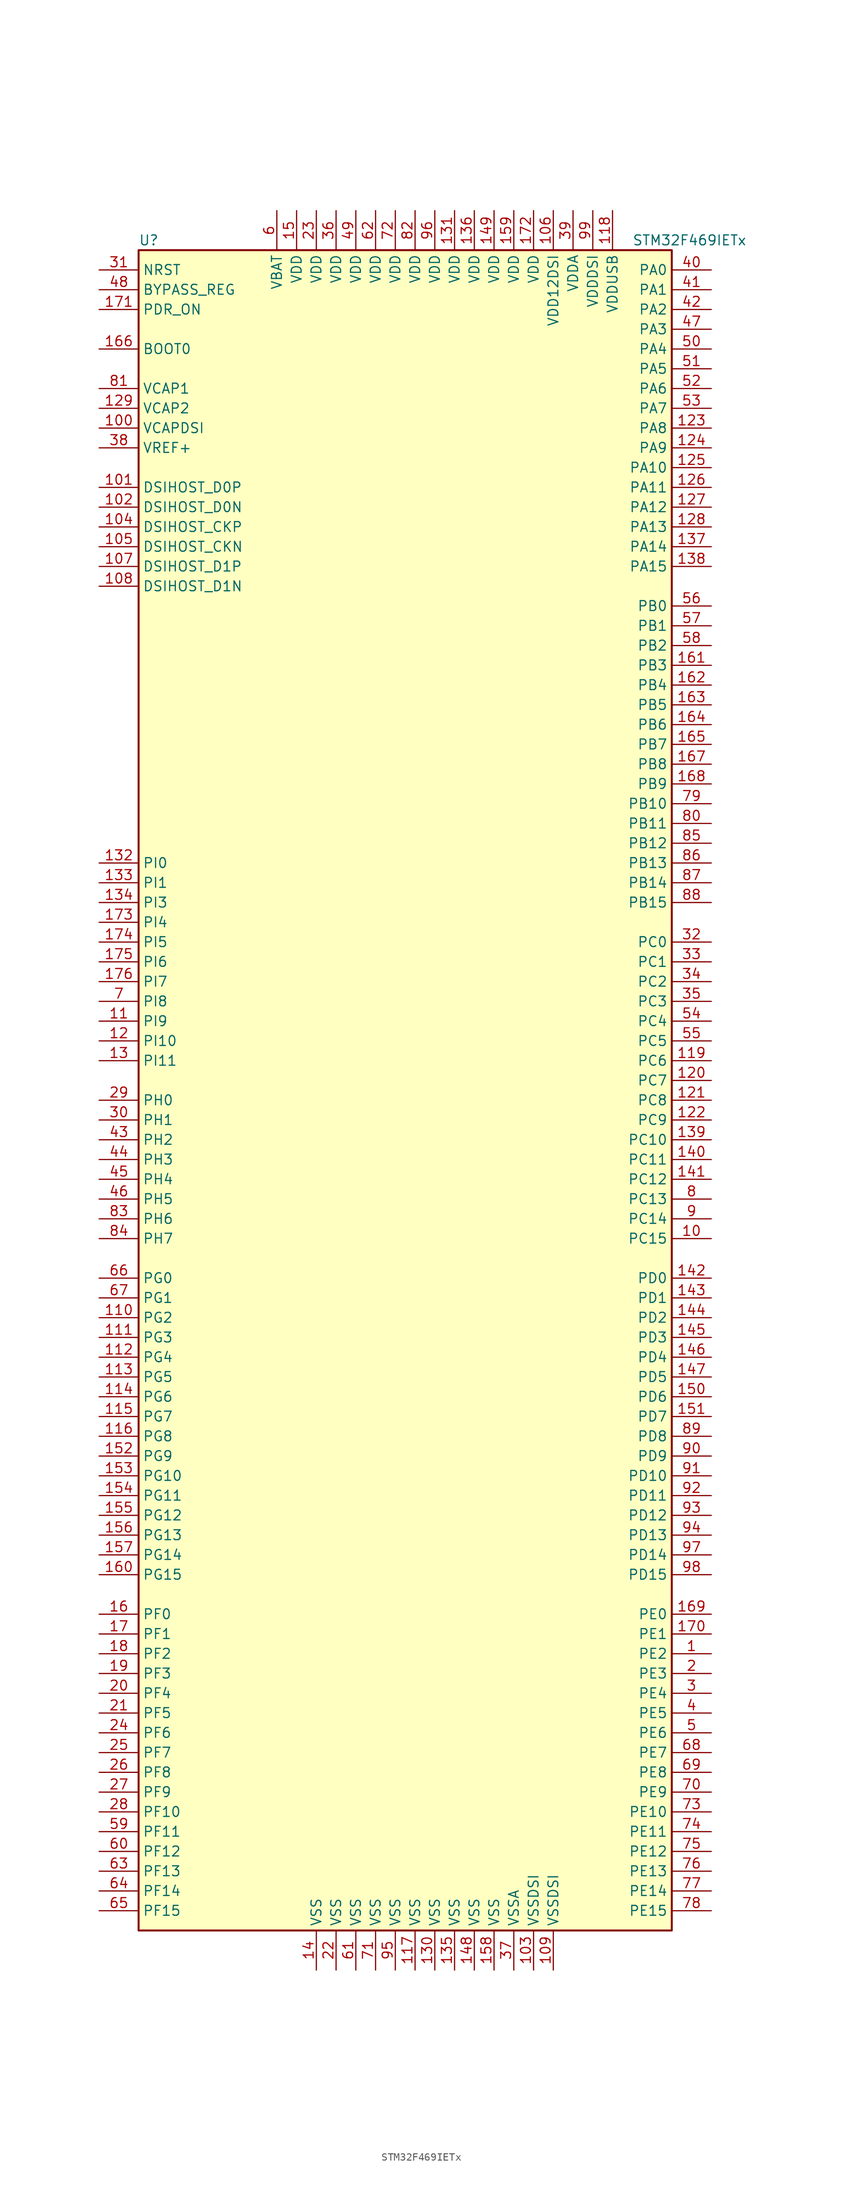
<source format=kicad_sym>
(kicad_symbol_lib
  (version 20201005)
  (generator kicad_symbol_editor)
  (symbol "STM32F469IETx"
    (property "Reference" "U"
      (at -35.56 107.95 0)
      (effects (font (size 1.27 1.27)) (justify left)))
    (property "Value" "STM32F469IETx"
      (at 27.94 107.95 0)
      (effects (font (size 1.27 1.27)) (justify left)))
    (symbol "STM32F469IETx_0_1"
      (rectangle (start -35.56 -109.22) (end 33.02 106.68) (stroke (width 0.254)) (fill (type background))))
    (symbol "STM32F469IETx_1_1"
      (pin input line (at -40.64 93.98 0) (length 5.08) (name "BOOT0" (effects (font (size 1.27 1.27)))) (number "166" (effects (font (size 1.27 1.27)))))
      (pin input line (at -40.64 101.6 0) (length 5.08) (name "BYPASS_REG" (effects (font (size 1.27 1.27)))) (number "48" (effects (font (size 1.27 1.27)))))
      (pin bidirectional line (at -40.64 68.58 0) (length 5.08) (name "DSIHOST_CKN" (effects (font (size 1.27 1.27)))) (number "105" (effects (font (size 1.27 1.27)))))
      (pin bidirectional line (at -40.64 71.12 0) (length 5.08) (name "DSIHOST_CKP" (effects (font (size 1.27 1.27)))) (number "104" (effects (font (size 1.27 1.27)))))
      (pin bidirectional line (at -40.64 73.66 0) (length 5.08) (name "DSIHOST_D0N" (effects (font (size 1.27 1.27)))) (number "102" (effects (font (size 1.27 1.27)))))
      (pin bidirectional line (at -40.64 76.2 0) (length 5.08) (name "DSIHOST_D0P" (effects (font (size 1.27 1.27)))) (number "101" (effects (font (size 1.27 1.27)))))
      (pin bidirectional line (at -40.64 63.5 0) (length 5.08) (name "DSIHOST_D1N" (effects (font (size 1.27 1.27)))) (number "108" (effects (font (size 1.27 1.27)))))
      (pin bidirectional line (at -40.64 66.04 0) (length 5.08) (name "DSIHOST_D1P" (effects (font (size 1.27 1.27)))) (number "107" (effects (font (size 1.27 1.27)))))
      (pin input line (at -40.64 104.14 0) (length 5.08) (name "NRST" (effects (font (size 1.27 1.27)))) (number "31" (effects (font (size 1.27 1.27)))))
      (pin bidirectional line (at 38.1 104.14 180) (length 5.08) (name "PA0" (effects (font (size 1.27 1.27)))) (number "40" (effects (font (size 1.27 1.27)))))
      (pin bidirectional line (at 38.1 101.6 180) (length 5.08) (name "PA1" (effects (font (size 1.27 1.27)))) (number "41" (effects (font (size 1.27 1.27)))))
      (pin bidirectional line (at 38.1 78.74 180) (length 5.08) (name "PA10" (effects (font (size 1.27 1.27)))) (number "125" (effects (font (size 1.27 1.27)))))
      (pin bidirectional line (at 38.1 76.2 180) (length 5.08) (name "PA11" (effects (font (size 1.27 1.27)))) (number "126" (effects (font (size 1.27 1.27)))))
      (pin bidirectional line (at 38.1 73.66 180) (length 5.08) (name "PA12" (effects (font (size 1.27 1.27)))) (number "127" (effects (font (size 1.27 1.27)))))
      (pin bidirectional line (at 38.1 71.12 180) (length 5.08) (name "PA13" (effects (font (size 1.27 1.27)))) (number "128" (effects (font (size 1.27 1.27)))))
      (pin bidirectional line (at 38.1 68.58 180) (length 5.08) (name "PA14" (effects (font (size 1.27 1.27)))) (number "137" (effects (font (size 1.27 1.27)))))
      (pin bidirectional line (at 38.1 66.04 180) (length 5.08) (name "PA15" (effects (font (size 1.27 1.27)))) (number "138" (effects (font (size 1.27 1.27)))))
      (pin bidirectional line (at 38.1 99.06 180) (length 5.08) (name "PA2" (effects (font (size 1.27 1.27)))) (number "42" (effects (font (size 1.27 1.27)))))
      (pin bidirectional line (at 38.1 96.52 180) (length 5.08) (name "PA3" (effects (font (size 1.27 1.27)))) (number "47" (effects (font (size 1.27 1.27)))))
      (pin bidirectional line (at 38.1 93.98 180) (length 5.08) (name "PA4" (effects (font (size 1.27 1.27)))) (number "50" (effects (font (size 1.27 1.27)))))
      (pin bidirectional line (at 38.1 91.44 180) (length 5.08) (name "PA5" (effects (font (size 1.27 1.27)))) (number "51" (effects (font (size 1.27 1.27)))))
      (pin bidirectional line (at 38.1 88.9 180) (length 5.08) (name "PA6" (effects (font (size 1.27 1.27)))) (number "52" (effects (font (size 1.27 1.27)))))
      (pin bidirectional line (at 38.1 86.36 180) (length 5.08) (name "PA7" (effects (font (size 1.27 1.27)))) (number "53" (effects (font (size 1.27 1.27)))))
      (pin bidirectional line (at 38.1 83.82 180) (length 5.08) (name "PA8" (effects (font (size 1.27 1.27)))) (number "123" (effects (font (size 1.27 1.27)))))
      (pin bidirectional line (at 38.1 81.28 180) (length 5.08) (name "PA9" (effects (font (size 1.27 1.27)))) (number "124" (effects (font (size 1.27 1.27)))))
      (pin bidirectional line (at 38.1 60.96 180) (length 5.08) (name "PB0" (effects (font (size 1.27 1.27)))) (number "56" (effects (font (size 1.27 1.27)))))
      (pin bidirectional line (at 38.1 58.42 180) (length 5.08) (name "PB1" (effects (font (size 1.27 1.27)))) (number "57" (effects (font (size 1.27 1.27)))))
      (pin bidirectional line (at 38.1 35.56 180) (length 5.08) (name "PB10" (effects (font (size 1.27 1.27)))) (number "79" (effects (font (size 1.27 1.27)))))
      (pin bidirectional line (at 38.1 33.02 180) (length 5.08) (name "PB11" (effects (font (size 1.27 1.27)))) (number "80" (effects (font (size 1.27 1.27)))))
      (pin bidirectional line (at 38.1 30.48 180) (length 5.08) (name "PB12" (effects (font (size 1.27 1.27)))) (number "85" (effects (font (size 1.27 1.27)))))
      (pin bidirectional line (at 38.1 27.94 180) (length 5.08) (name "PB13" (effects (font (size 1.27 1.27)))) (number "86" (effects (font (size 1.27 1.27)))))
      (pin bidirectional line (at 38.1 25.4 180) (length 5.08) (name "PB14" (effects (font (size 1.27 1.27)))) (number "87" (effects (font (size 1.27 1.27)))))
      (pin bidirectional line (at 38.1 22.86 180) (length 5.08) (name "PB15" (effects (font (size 1.27 1.27)))) (number "88" (effects (font (size 1.27 1.27)))))
      (pin bidirectional line (at 38.1 55.88 180) (length 5.08) (name "PB2" (effects (font (size 1.27 1.27)))) (number "58" (effects (font (size 1.27 1.27)))))
      (pin bidirectional line (at 38.1 53.34 180) (length 5.08) (name "PB3" (effects (font (size 1.27 1.27)))) (number "161" (effects (font (size 1.27 1.27)))))
      (pin bidirectional line (at 38.1 50.8 180) (length 5.08) (name "PB4" (effects (font (size 1.27 1.27)))) (number "162" (effects (font (size 1.27 1.27)))))
      (pin bidirectional line (at 38.1 48.26 180) (length 5.08) (name "PB5" (effects (font (size 1.27 1.27)))) (number "163" (effects (font (size 1.27 1.27)))))
      (pin bidirectional line (at 38.1 45.72 180) (length 5.08) (name "PB6" (effects (font (size 1.27 1.27)))) (number "164" (effects (font (size 1.27 1.27)))))
      (pin bidirectional line (at 38.1 43.18 180) (length 5.08) (name "PB7" (effects (font (size 1.27 1.27)))) (number "165" (effects (font (size 1.27 1.27)))))
      (pin bidirectional line (at 38.1 40.64 180) (length 5.08) (name "PB8" (effects (font (size 1.27 1.27)))) (number "167" (effects (font (size 1.27 1.27)))))
      (pin bidirectional line (at 38.1 38.1 180) (length 5.08) (name "PB9" (effects (font (size 1.27 1.27)))) (number "168" (effects (font (size 1.27 1.27)))))
      (pin bidirectional line (at 38.1 17.78 180) (length 5.08) (name "PC0" (effects (font (size 1.27 1.27)))) (number "32" (effects (font (size 1.27 1.27)))))
      (pin bidirectional line (at 38.1 15.24 180) (length 5.08) (name "PC1" (effects (font (size 1.27 1.27)))) (number "33" (effects (font (size 1.27 1.27)))))
      (pin bidirectional line (at 38.1 -7.62 180) (length 5.08) (name "PC10" (effects (font (size 1.27 1.27)))) (number "139" (effects (font (size 1.27 1.27)))))
      (pin bidirectional line (at 38.1 -10.16 180) (length 5.08) (name "PC11" (effects (font (size 1.27 1.27)))) (number "140" (effects (font (size 1.27 1.27)))))
      (pin bidirectional line (at 38.1 -12.7 180) (length 5.08) (name "PC12" (effects (font (size 1.27 1.27)))) (number "141" (effects (font (size 1.27 1.27)))))
      (pin bidirectional line (at 38.1 -15.24 180) (length 5.08) (name "PC13" (effects (font (size 1.27 1.27)))) (number "8" (effects (font (size 1.27 1.27)))))
      (pin bidirectional line (at 38.1 -17.78 180) (length 5.08) (name "PC14" (effects (font (size 1.27 1.27)))) (number "9" (effects (font (size 1.27 1.27)))))
      (pin bidirectional line (at 38.1 -20.32 180) (length 5.08) (name "PC15" (effects (font (size 1.27 1.27)))) (number "10" (effects (font (size 1.27 1.27)))))
      (pin bidirectional line (at 38.1 12.7 180) (length 5.08) (name "PC2" (effects (font (size 1.27 1.27)))) (number "34" (effects (font (size 1.27 1.27)))))
      (pin bidirectional line (at 38.1 10.16 180) (length 5.08) (name "PC3" (effects (font (size 1.27 1.27)))) (number "35" (effects (font (size 1.27 1.27)))))
      (pin bidirectional line (at 38.1 7.62 180) (length 5.08) (name "PC4" (effects (font (size 1.27 1.27)))) (number "54" (effects (font (size 1.27 1.27)))))
      (pin bidirectional line (at 38.1 5.08 180) (length 5.08) (name "PC5" (effects (font (size 1.27 1.27)))) (number "55" (effects (font (size 1.27 1.27)))))
      (pin bidirectional line (at 38.1 2.54 180) (length 5.08) (name "PC6" (effects (font (size 1.27 1.27)))) (number "119" (effects (font (size 1.27 1.27)))))
      (pin bidirectional line (at 38.1 0 180) (length 5.08) (name "PC7" (effects (font (size 1.27 1.27)))) (number "120" (effects (font (size 1.27 1.27)))))
      (pin bidirectional line (at 38.1 -2.54 180) (length 5.08) (name "PC8" (effects (font (size 1.27 1.27)))) (number "121" (effects (font (size 1.27 1.27)))))
      (pin bidirectional line (at 38.1 -5.08 180) (length 5.08) (name "PC9" (effects (font (size 1.27 1.27)))) (number "122" (effects (font (size 1.27 1.27)))))
      (pin bidirectional line (at 38.1 -25.4 180) (length 5.08) (name "PD0" (effects (font (size 1.27 1.27)))) (number "142" (effects (font (size 1.27 1.27)))))
      (pin bidirectional line (at 38.1 -27.94 180) (length 5.08) (name "PD1" (effects (font (size 1.27 1.27)))) (number "143" (effects (font (size 1.27 1.27)))))
      (pin bidirectional line (at 38.1 -50.8 180) (length 5.08) (name "PD10" (effects (font (size 1.27 1.27)))) (number "91" (effects (font (size 1.27 1.27)))))
      (pin bidirectional line (at 38.1 -53.34 180) (length 5.08) (name "PD11" (effects (font (size 1.27 1.27)))) (number "92" (effects (font (size 1.27 1.27)))))
      (pin bidirectional line (at 38.1 -55.88 180) (length 5.08) (name "PD12" (effects (font (size 1.27 1.27)))) (number "93" (effects (font (size 1.27 1.27)))))
      (pin bidirectional line (at 38.1 -58.42 180) (length 5.08) (name "PD13" (effects (font (size 1.27 1.27)))) (number "94" (effects (font (size 1.27 1.27)))))
      (pin bidirectional line (at 38.1 -60.96 180) (length 5.08) (name "PD14" (effects (font (size 1.27 1.27)))) (number "97" (effects (font (size 1.27 1.27)))))
      (pin bidirectional line (at 38.1 -63.5 180) (length 5.08) (name "PD15" (effects (font (size 1.27 1.27)))) (number "98" (effects (font (size 1.27 1.27)))))
      (pin bidirectional line (at 38.1 -30.48 180) (length 5.08) (name "PD2" (effects (font (size 1.27 1.27)))) (number "144" (effects (font (size 1.27 1.27)))))
      (pin bidirectional line (at 38.1 -33.02 180) (length 5.08) (name "PD3" (effects (font (size 1.27 1.27)))) (number "145" (effects (font (size 1.27 1.27)))))
      (pin bidirectional line (at 38.1 -35.56 180) (length 5.08) (name "PD4" (effects (font (size 1.27 1.27)))) (number "146" (effects (font (size 1.27 1.27)))))
      (pin bidirectional line (at 38.1 -38.1 180) (length 5.08) (name "PD5" (effects (font (size 1.27 1.27)))) (number "147" (effects (font (size 1.27 1.27)))))
      (pin bidirectional line (at 38.1 -40.64 180) (length 5.08) (name "PD6" (effects (font (size 1.27 1.27)))) (number "150" (effects (font (size 1.27 1.27)))))
      (pin bidirectional line (at 38.1 -43.18 180) (length 5.08) (name "PD7" (effects (font (size 1.27 1.27)))) (number "151" (effects (font (size 1.27 1.27)))))
      (pin bidirectional line (at 38.1 -45.72 180) (length 5.08) (name "PD8" (effects (font (size 1.27 1.27)))) (number "89" (effects (font (size 1.27 1.27)))))
      (pin bidirectional line (at 38.1 -48.26 180) (length 5.08) (name "PD9" (effects (font (size 1.27 1.27)))) (number "90" (effects (font (size 1.27 1.27)))))
      (pin input line (at -40.64 99.06 0) (length 5.08) (name "PDR_ON" (effects (font (size 1.27 1.27)))) (number "171" (effects (font (size 1.27 1.27)))))
      (pin bidirectional line (at 38.1 -68.58 180) (length 5.08) (name "PE0" (effects (font (size 1.27 1.27)))) (number "169" (effects (font (size 1.27 1.27)))))
      (pin bidirectional line (at 38.1 -71.12 180) (length 5.08) (name "PE1" (effects (font (size 1.27 1.27)))) (number "170" (effects (font (size 1.27 1.27)))))
      (pin bidirectional line (at 38.1 -93.98 180) (length 5.08) (name "PE10" (effects (font (size 1.27 1.27)))) (number "73" (effects (font (size 1.27 1.27)))))
      (pin bidirectional line (at 38.1 -96.52 180) (length 5.08) (name "PE11" (effects (font (size 1.27 1.27)))) (number "74" (effects (font (size 1.27 1.27)))))
      (pin bidirectional line (at 38.1 -99.06 180) (length 5.08) (name "PE12" (effects (font (size 1.27 1.27)))) (number "75" (effects (font (size 1.27 1.27)))))
      (pin bidirectional line (at 38.1 -101.6 180) (length 5.08) (name "PE13" (effects (font (size 1.27 1.27)))) (number "76" (effects (font (size 1.27 1.27)))))
      (pin bidirectional line (at 38.1 -104.14 180) (length 5.08) (name "PE14" (effects (font (size 1.27 1.27)))) (number "77" (effects (font (size 1.27 1.27)))))
      (pin bidirectional line (at 38.1 -106.68 180) (length 5.08) (name "PE15" (effects (font (size 1.27 1.27)))) (number "78" (effects (font (size 1.27 1.27)))))
      (pin bidirectional line (at 38.1 -73.66 180) (length 5.08) (name "PE2" (effects (font (size 1.27 1.27)))) (number "1" (effects (font (size 1.27 1.27)))))
      (pin bidirectional line (at 38.1 -76.2 180) (length 5.08) (name "PE3" (effects (font (size 1.27 1.27)))) (number "2" (effects (font (size 1.27 1.27)))))
      (pin bidirectional line (at 38.1 -78.74 180) (length 5.08) (name "PE4" (effects (font (size 1.27 1.27)))) (number "3" (effects (font (size 1.27 1.27)))))
      (pin bidirectional line (at 38.1 -81.28 180) (length 5.08) (name "PE5" (effects (font (size 1.27 1.27)))) (number "4" (effects (font (size 1.27 1.27)))))
      (pin bidirectional line (at 38.1 -83.82 180) (length 5.08) (name "PE6" (effects (font (size 1.27 1.27)))) (number "5" (effects (font (size 1.27 1.27)))))
      (pin bidirectional line (at 38.1 -86.36 180) (length 5.08) (name "PE7" (effects (font (size 1.27 1.27)))) (number "68" (effects (font (size 1.27 1.27)))))
      (pin bidirectional line (at 38.1 -88.9 180) (length 5.08) (name "PE8" (effects (font (size 1.27 1.27)))) (number "69" (effects (font (size 1.27 1.27)))))
      (pin bidirectional line (at 38.1 -91.44 180) (length 5.08) (name "PE9" (effects (font (size 1.27 1.27)))) (number "70" (effects (font (size 1.27 1.27)))))
      (pin bidirectional line (at -40.64 -68.58 0) (length 5.08) (name "PF0" (effects (font (size 1.27 1.27)))) (number "16" (effects (font (size 1.27 1.27)))))
      (pin bidirectional line (at -40.64 -71.12 0) (length 5.08) (name "PF1" (effects (font (size 1.27 1.27)))) (number "17" (effects (font (size 1.27 1.27)))))
      (pin bidirectional line (at -40.64 -93.98 0) (length 5.08) (name "PF10" (effects (font (size 1.27 1.27)))) (number "28" (effects (font (size 1.27 1.27)))))
      (pin bidirectional line (at -40.64 -96.52 0) (length 5.08) (name "PF11" (effects (font (size 1.27 1.27)))) (number "59" (effects (font (size 1.27 1.27)))))
      (pin bidirectional line (at -40.64 -99.06 0) (length 5.08) (name "PF12" (effects (font (size 1.27 1.27)))) (number "60" (effects (font (size 1.27 1.27)))))
      (pin bidirectional line (at -40.64 -101.6 0) (length 5.08) (name "PF13" (effects (font (size 1.27 1.27)))) (number "63" (effects (font (size 1.27 1.27)))))
      (pin bidirectional line (at -40.64 -104.14 0) (length 5.08) (name "PF14" (effects (font (size 1.27 1.27)))) (number "64" (effects (font (size 1.27 1.27)))))
      (pin bidirectional line (at -40.64 -106.68 0) (length 5.08) (name "PF15" (effects (font (size 1.27 1.27)))) (number "65" (effects (font (size 1.27 1.27)))))
      (pin bidirectional line (at -40.64 -73.66 0) (length 5.08) (name "PF2" (effects (font (size 1.27 1.27)))) (number "18" (effects (font (size 1.27 1.27)))))
      (pin bidirectional line (at -40.64 -76.2 0) (length 5.08) (name "PF3" (effects (font (size 1.27 1.27)))) (number "19" (effects (font (size 1.27 1.27)))))
      (pin bidirectional line (at -40.64 -78.74 0) (length 5.08) (name "PF4" (effects (font (size 1.27 1.27)))) (number "20" (effects (font (size 1.27 1.27)))))
      (pin bidirectional line (at -40.64 -81.28 0) (length 5.08) (name "PF5" (effects (font (size 1.27 1.27)))) (number "21" (effects (font (size 1.27 1.27)))))
      (pin bidirectional line (at -40.64 -83.82 0) (length 5.08) (name "PF6" (effects (font (size 1.27 1.27)))) (number "24" (effects (font (size 1.27 1.27)))))
      (pin bidirectional line (at -40.64 -86.36 0) (length 5.08) (name "PF7" (effects (font (size 1.27 1.27)))) (number "25" (effects (font (size 1.27 1.27)))))
      (pin bidirectional line (at -40.64 -88.9 0) (length 5.08) (name "PF8" (effects (font (size 1.27 1.27)))) (number "26" (effects (font (size 1.27 1.27)))))
      (pin bidirectional line (at -40.64 -91.44 0) (length 5.08) (name "PF9" (effects (font (size 1.27 1.27)))) (number "27" (effects (font (size 1.27 1.27)))))
      (pin bidirectional line (at -40.64 -25.4 0) (length 5.08) (name "PG0" (effects (font (size 1.27 1.27)))) (number "66" (effects (font (size 1.27 1.27)))))
      (pin bidirectional line (at -40.64 -27.94 0) (length 5.08) (name "PG1" (effects (font (size 1.27 1.27)))) (number "67" (effects (font (size 1.27 1.27)))))
      (pin bidirectional line (at -40.64 -50.8 0) (length 5.08) (name "PG10" (effects (font (size 1.27 1.27)))) (number "153" (effects (font (size 1.27 1.27)))))
      (pin bidirectional line (at -40.64 -53.34 0) (length 5.08) (name "PG11" (effects (font (size 1.27 1.27)))) (number "154" (effects (font (size 1.27 1.27)))))
      (pin bidirectional line (at -40.64 -55.88 0) (length 5.08) (name "PG12" (effects (font (size 1.27 1.27)))) (number "155" (effects (font (size 1.27 1.27)))))
      (pin bidirectional line (at -40.64 -58.42 0) (length 5.08) (name "PG13" (effects (font (size 1.27 1.27)))) (number "156" (effects (font (size 1.27 1.27)))))
      (pin bidirectional line (at -40.64 -60.96 0) (length 5.08) (name "PG14" (effects (font (size 1.27 1.27)))) (number "157" (effects (font (size 1.27 1.27)))))
      (pin bidirectional line (at -40.64 -63.5 0) (length 5.08) (name "PG15" (effects (font (size 1.27 1.27)))) (number "160" (effects (font (size 1.27 1.27)))))
      (pin bidirectional line (at -40.64 -30.48 0) (length 5.08) (name "PG2" (effects (font (size 1.27 1.27)))) (number "110" (effects (font (size 1.27 1.27)))))
      (pin bidirectional line (at -40.64 -33.02 0) (length 5.08) (name "PG3" (effects (font (size 1.27 1.27)))) (number "111" (effects (font (size 1.27 1.27)))))
      (pin bidirectional line (at -40.64 -35.56 0) (length 5.08) (name "PG4" (effects (font (size 1.27 1.27)))) (number "112" (effects (font (size 1.27 1.27)))))
      (pin bidirectional line (at -40.64 -38.1 0) (length 5.08) (name "PG5" (effects (font (size 1.27 1.27)))) (number "113" (effects (font (size 1.27 1.27)))))
      (pin bidirectional line (at -40.64 -40.64 0) (length 5.08) (name "PG6" (effects (font (size 1.27 1.27)))) (number "114" (effects (font (size 1.27 1.27)))))
      (pin bidirectional line (at -40.64 -43.18 0) (length 5.08) (name "PG7" (effects (font (size 1.27 1.27)))) (number "115" (effects (font (size 1.27 1.27)))))
      (pin bidirectional line (at -40.64 -45.72 0) (length 5.08) (name "PG8" (effects (font (size 1.27 1.27)))) (number "116" (effects (font (size 1.27 1.27)))))
      (pin bidirectional line (at -40.64 -48.26 0) (length 5.08) (name "PG9" (effects (font (size 1.27 1.27)))) (number "152" (effects (font (size 1.27 1.27)))))
      (pin input line (at -40.64 -2.54 0) (length 5.08) (name "PH0" (effects (font (size 1.27 1.27)))) (number "29" (effects (font (size 1.27 1.27)))))
      (pin input line (at -40.64 -5.08 0) (length 5.08) (name "PH1" (effects (font (size 1.27 1.27)))) (number "30" (effects (font (size 1.27 1.27)))))
      (pin bidirectional line (at -40.64 -7.62 0) (length 5.08) (name "PH2" (effects (font (size 1.27 1.27)))) (number "43" (effects (font (size 1.27 1.27)))))
      (pin bidirectional line (at -40.64 -10.16 0) (length 5.08) (name "PH3" (effects (font (size 1.27 1.27)))) (number "44" (effects (font (size 1.27 1.27)))))
      (pin bidirectional line (at -40.64 -12.7 0) (length 5.08) (name "PH4" (effects (font (size 1.27 1.27)))) (number "45" (effects (font (size 1.27 1.27)))))
      (pin bidirectional line (at -40.64 -15.24 0) (length 5.08) (name "PH5" (effects (font (size 1.27 1.27)))) (number "46" (effects (font (size 1.27 1.27)))))
      (pin bidirectional line (at -40.64 -17.78 0) (length 5.08) (name "PH6" (effects (font (size 1.27 1.27)))) (number "83" (effects (font (size 1.27 1.27)))))
      (pin bidirectional line (at -40.64 -20.32 0) (length 5.08) (name "PH7" (effects (font (size 1.27 1.27)))) (number "84" (effects (font (size 1.27 1.27)))))
      (pin bidirectional line (at -40.64 27.94 0) (length 5.08) (name "PI0" (effects (font (size 1.27 1.27)))) (number "132" (effects (font (size 1.27 1.27)))))
      (pin bidirectional line (at -40.64 25.4 0) (length 5.08) (name "PI1" (effects (font (size 1.27 1.27)))) (number "133" (effects (font (size 1.27 1.27)))))
      (pin bidirectional line (at -40.64 5.08 0) (length 5.08) (name "PI10" (effects (font (size 1.27 1.27)))) (number "12" (effects (font (size 1.27 1.27)))))
      (pin bidirectional line (at -40.64 2.54 0) (length 5.08) (name "PI11" (effects (font (size 1.27 1.27)))) (number "13" (effects (font (size 1.27 1.27)))))
      (pin bidirectional line (at -40.64 22.86 0) (length 5.08) (name "PI3" (effects (font (size 1.27 1.27)))) (number "134" (effects (font (size 1.27 1.27)))))
      (pin bidirectional line (at -40.64 20.32 0) (length 5.08) (name "PI4" (effects (font (size 1.27 1.27)))) (number "173" (effects (font (size 1.27 1.27)))))
      (pin bidirectional line (at -40.64 17.78 0) (length 5.08) (name "PI5" (effects (font (size 1.27 1.27)))) (number "174" (effects (font (size 1.27 1.27)))))
      (pin bidirectional line (at -40.64 15.24 0) (length 5.08) (name "PI6" (effects (font (size 1.27 1.27)))) (number "175" (effects (font (size 1.27 1.27)))))
      (pin bidirectional line (at -40.64 12.7 0) (length 5.08) (name "PI7" (effects (font (size 1.27 1.27)))) (number "176" (effects (font (size 1.27 1.27)))))
      (pin bidirectional line (at -40.64 10.16 0) (length 5.08) (name "PI8" (effects (font (size 1.27 1.27)))) (number "7" (effects (font (size 1.27 1.27)))))
      (pin bidirectional line (at -40.64 7.62 0) (length 5.08) (name "PI9" (effects (font (size 1.27 1.27)))) (number "11" (effects (font (size 1.27 1.27)))))
      (pin power_in line (at -17.78 111.76 270) (length 5.08) (name "VBAT" (effects (font (size 1.27 1.27)))) (number "6" (effects (font (size 1.27 1.27)))))
      (pin power_in line (at -40.64 88.9 0) (length 5.08) (name "VCAP1" (effects (font (size 1.27 1.27)))) (number "81" (effects (font (size 1.27 1.27)))))
      (pin power_in line (at -40.64 86.36 0) (length 5.08) (name "VCAP2" (effects (font (size 1.27 1.27)))) (number "129" (effects (font (size 1.27 1.27)))))
      (pin power_in line (at -40.64 83.82 0) (length 5.08) (name "VCAPDSI" (effects (font (size 1.27 1.27)))) (number "100" (effects (font (size 1.27 1.27)))))
      (pin power_in line (at 5.08 111.76 270) (length 5.08) (name "VDD" (effects (font (size 1.27 1.27)))) (number "131" (effects (font (size 1.27 1.27)))))
      (pin power_in line (at 7.62 111.76 270) (length 5.08) (name "VDD" (effects (font (size 1.27 1.27)))) (number "136" (effects (font (size 1.27 1.27)))))
      (pin power_in line (at 10.16 111.76 270) (length 5.08) (name "VDD" (effects (font (size 1.27 1.27)))) (number "149" (effects (font (size 1.27 1.27)))))
      (pin power_in line (at -15.24 111.76 270) (length 5.08) (name "VDD" (effects (font (size 1.27 1.27)))) (number "15" (effects (font (size 1.27 1.27)))))
      (pin power_in line (at 12.7 111.76 270) (length 5.08) (name "VDD" (effects (font (size 1.27 1.27)))) (number "159" (effects (font (size 1.27 1.27)))))
      (pin power_in line (at 15.24 111.76 270) (length 5.08) (name "VDD" (effects (font (size 1.27 1.27)))) (number "172" (effects (font (size 1.27 1.27)))))
      (pin power_in line (at -12.7 111.76 270) (length 5.08) (name "VDD" (effects (font (size 1.27 1.27)))) (number "23" (effects (font (size 1.27 1.27)))))
      (pin power_in line (at -10.16 111.76 270) (length 5.08) (name "VDD" (effects (font (size 1.27 1.27)))) (number "36" (effects (font (size 1.27 1.27)))))
      (pin power_in line (at -7.62 111.76 270) (length 5.08) (name "VDD" (effects (font (size 1.27 1.27)))) (number "49" (effects (font (size 1.27 1.27)))))
      (pin power_in line (at -5.08 111.76 270) (length 5.08) (name "VDD" (effects (font (size 1.27 1.27)))) (number "62" (effects (font (size 1.27 1.27)))))
      (pin power_in line (at -2.54 111.76 270) (length 5.08) (name "VDD" (effects (font (size 1.27 1.27)))) (number "72" (effects (font (size 1.27 1.27)))))
      (pin power_in line (at 0 111.76 270) (length 5.08) (name "VDD" (effects (font (size 1.27 1.27)))) (number "82" (effects (font (size 1.27 1.27)))))
      (pin power_in line (at 2.54 111.76 270) (length 5.08) (name "VDD" (effects (font (size 1.27 1.27)))) (number "96" (effects (font (size 1.27 1.27)))))
      (pin power_in line (at 17.78 111.76 270) (length 5.08) (name "VDD12DSI" (effects (font (size 1.27 1.27)))) (number "106" (effects (font (size 1.27 1.27)))))
      (pin power_in line (at 20.32 111.76 270) (length 5.08) (name "VDDA" (effects (font (size 1.27 1.27)))) (number "39" (effects (font (size 1.27 1.27)))))
      (pin power_in line (at 22.86 111.76 270) (length 5.08) (name "VDDDSI" (effects (font (size 1.27 1.27)))) (number "99" (effects (font (size 1.27 1.27)))))
      (pin power_in line (at 25.4 111.76 270) (length 5.08) (name "VDDUSB" (effects (font (size 1.27 1.27)))) (number "118" (effects (font (size 1.27 1.27)))))
      (pin power_in line (at -40.64 81.28 0) (length 5.08) (name "VREF+" (effects (font (size 1.27 1.27)))) (number "38" (effects (font (size 1.27 1.27)))))
      (pin power_in line (at 0 -114.3 90) (length 5.08) (name "VSS" (effects (font (size 1.27 1.27)))) (number "117" (effects (font (size 1.27 1.27)))))
      (pin power_in line (at 2.54 -114.3 90) (length 5.08) (name "VSS" (effects (font (size 1.27 1.27)))) (number "130" (effects (font (size 1.27 1.27)))))
      (pin power_in line (at 5.08 -114.3 90) (length 5.08) (name "VSS" (effects (font (size 1.27 1.27)))) (number "135" (effects (font (size 1.27 1.27)))))
      (pin power_in line (at -12.7 -114.3 90) (length 5.08) (name "VSS" (effects (font (size 1.27 1.27)))) (number "14" (effects (font (size 1.27 1.27)))))
      (pin power_in line (at 7.62 -114.3 90) (length 5.08) (name "VSS" (effects (font (size 1.27 1.27)))) (number "148" (effects (font (size 1.27 1.27)))))
      (pin power_in line (at 10.16 -114.3 90) (length 5.08) (name "VSS" (effects (font (size 1.27 1.27)))) (number "158" (effects (font (size 1.27 1.27)))))
      (pin power_in line (at -10.16 -114.3 90) (length 5.08) (name "VSS" (effects (font (size 1.27 1.27)))) (number "22" (effects (font (size 1.27 1.27)))))
      (pin power_in line (at -7.62 -114.3 90) (length 5.08) (name "VSS" (effects (font (size 1.27 1.27)))) (number "61" (effects (font (size 1.27 1.27)))))
      (pin power_in line (at -5.08 -114.3 90) (length 5.08) (name "VSS" (effects (font (size 1.27 1.27)))) (number "71" (effects (font (size 1.27 1.27)))))
      (pin power_in line (at -2.54 -114.3 90) (length 5.08) (name "VSS" (effects (font (size 1.27 1.27)))) (number "95" (effects (font (size 1.27 1.27)))))
      (pin power_in line (at 12.7 -114.3 90) (length 5.08) (name "VSSA" (effects (font (size 1.27 1.27)))) (number "37" (effects (font (size 1.27 1.27)))))
      (pin power_in line (at 15.24 -114.3 90) (length 5.08) (name "VSSDSI" (effects (font (size 1.27 1.27)))) (number "103" (effects (font (size 1.27 1.27)))))
      (pin power_in line (at 17.78 -114.3 90) (length 5.08) (name "VSSDSI" (effects (font (size 1.27 1.27)))) (number "109" (effects (font (size 1.27 1.27))))))))
</source>
